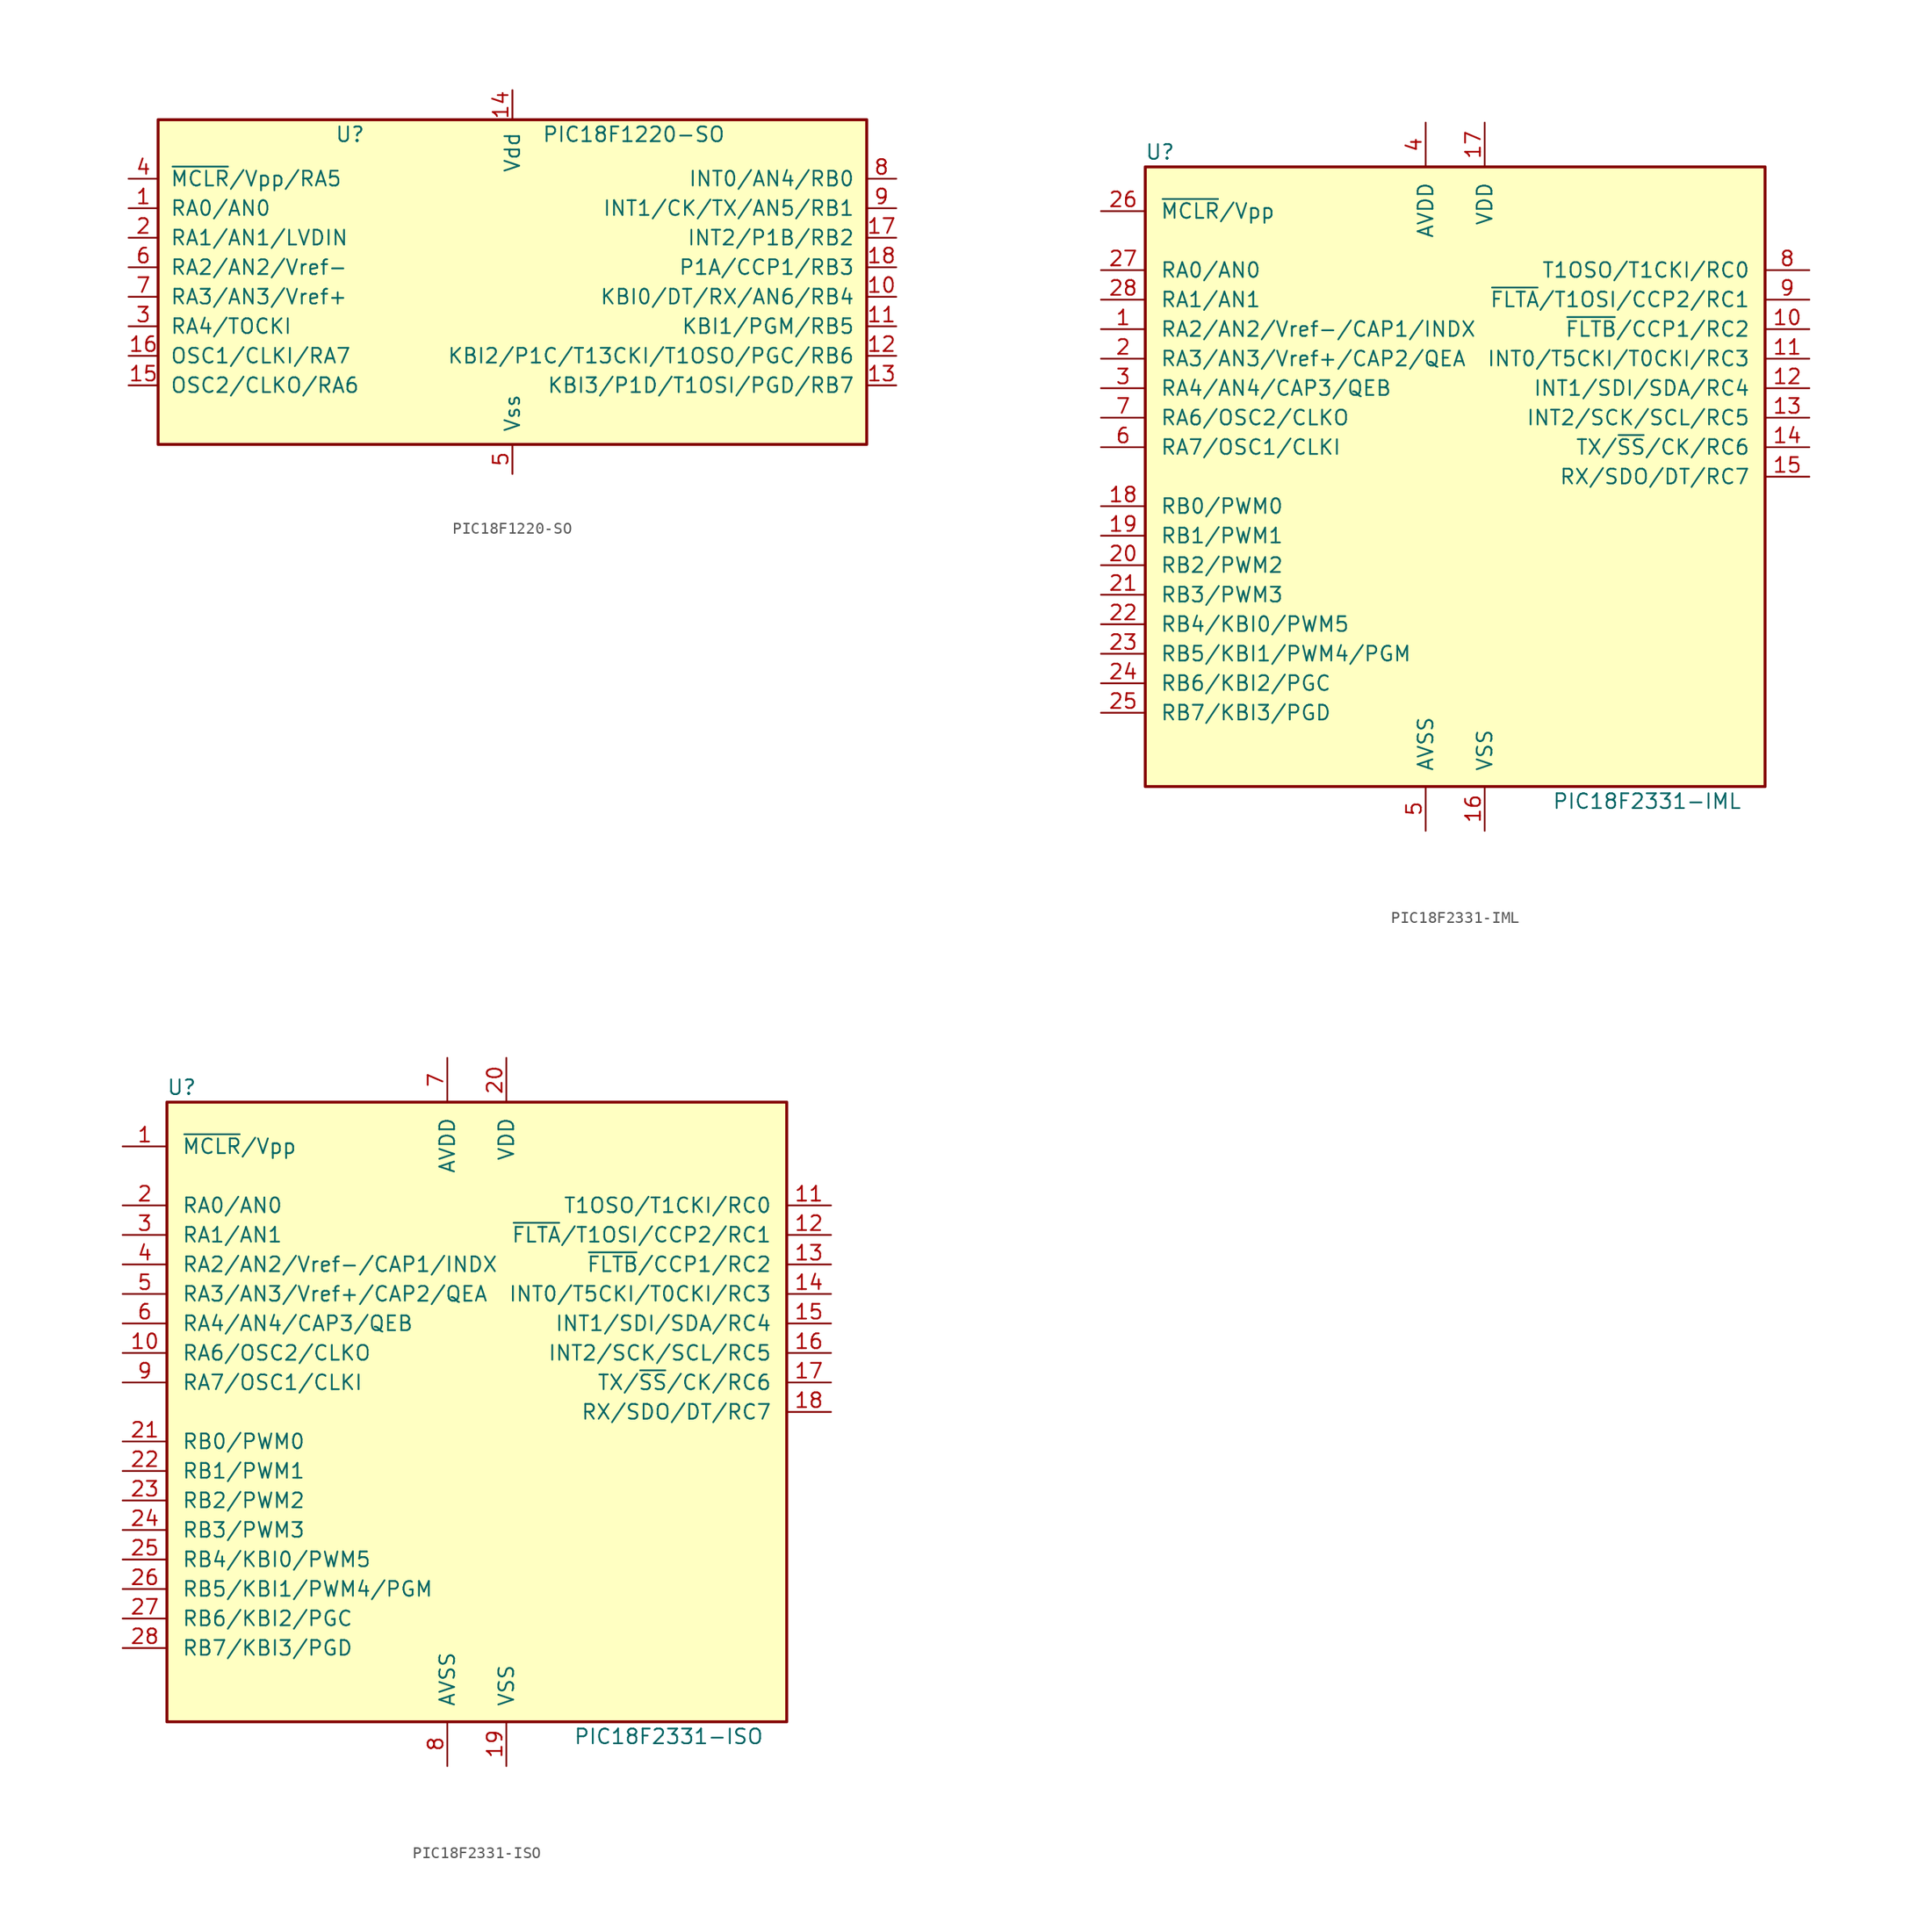
<source format=kicad_sym>
(kicad_symbol_lib
  (version 20211014)
  (generator kicad_symbol_editor)
  (symbol "PIC18F1220-SO"
    (pin_names
      (offset 1.016))
    (property "Reference" "U"
      (at -13.97 13.97 0)
      (effects (font (size 1.27 1.27))))
    (property "Value" "PIC18F1220-SO"
      (at 2.54 13.97 0)
      (effects (font (size 1.27 1.27)) (justify left)))
    (symbol "PIC18F1220-SO_0_1"
      (rectangle (start -30.48 15.24) (end 30.48 -12.7) (stroke (width 0.254) (type default) (color 0 0 0 0)) (fill (type background))))
    (symbol "PIC18F1220-SO_1_1"
      (pin input line (at -33.02 7.62 0) (length 2.54) (name "RA0/AN0" (effects (font (size 1.27 1.27)))) (number "1" (effects (font (size 1.27 1.27)))))
      (pin input line (at 33.02 0 180) (length 2.54) (name "KBI0/DT/RX/AN6/RB4" (effects (font (size 1.27 1.27)))) (number "10" (effects (font (size 1.27 1.27)))))
      (pin input line (at 33.02 -2.54 180) (length 2.54) (name "KBI1/PGM/RB5" (effects (font (size 1.27 1.27)))) (number "11" (effects (font (size 1.27 1.27)))))
      (pin input line (at 33.02 -5.08 180) (length 2.54) (name "KBI2/P1C/T13CKI/T1OSO/PGC/RB6" (effects (font (size 1.27 1.27)))) (number "12" (effects (font (size 1.27 1.27)))))
      (pin input line (at 33.02 -7.62 180) (length 2.54) (name "KBI3/P1D/T1OSI/PGD/RB7" (effects (font (size 1.27 1.27)))) (number "13" (effects (font (size 1.27 1.27)))))
      (pin power_in line (at 0 17.78 270) (length 2.54) (name "Vdd" (effects (font (size 1.27 1.27)))) (number "14" (effects (font (size 1.27 1.27)))))
      (pin input line (at -33.02 -7.62 0) (length 2.54) (name "OSC2/CLKO/RA6" (effects (font (size 1.27 1.27)))) (number "15" (effects (font (size 1.27 1.27)))))
      (pin input line (at -33.02 -5.08 0) (length 2.54) (name "OSC1/CLKI/RA7" (effects (font (size 1.27 1.27)))) (number "16" (effects (font (size 1.27 1.27)))))
      (pin input line (at 33.02 5.08 180) (length 2.54) (name "INT2/P1B/RB2" (effects (font (size 1.27 1.27)))) (number "17" (effects (font (size 1.27 1.27)))))
      (pin input line (at 33.02 2.54 180) (length 2.54) (name "P1A/CCP1/RB3" (effects (font (size 1.27 1.27)))) (number "18" (effects (font (size 1.27 1.27)))))
      (pin input line (at -33.02 5.08 0) (length 2.54) (name "RA1/AN1/LVDIN" (effects (font (size 1.27 1.27)))) (number "2" (effects (font (size 1.27 1.27)))))
      (pin input line (at -33.02 -2.54 0) (length 2.54) (name "RA4/TOCKI" (effects (font (size 1.27 1.27)))) (number "3" (effects (font (size 1.27 1.27)))))
      (pin input line (at -33.02 10.16 0) (length 2.54) (name "~{MCLR}/Vpp/RA5" (effects (font (size 1.27 1.27)))) (number "4" (effects (font (size 1.27 1.27)))))
      (pin power_in line (at 0 -15.24 90) (length 2.54) (name "Vss" (effects (font (size 1.27 1.27)))) (number "5" (effects (font (size 1.27 1.27)))))
      (pin input line (at -33.02 2.54 0) (length 2.54) (name "RA2/AN2/Vref-" (effects (font (size 1.27 1.27)))) (number "6" (effects (font (size 1.27 1.27)))))
      (pin input line (at -33.02 0 0) (length 2.54) (name "RA3/AN3/Vref+" (effects (font (size 1.27 1.27)))) (number "7" (effects (font (size 1.27 1.27)))))
      (pin input line (at 33.02 10.16 180) (length 2.54) (name "INT0/AN4/RB0" (effects (font (size 1.27 1.27)))) (number "8" (effects (font (size 1.27 1.27)))))
      (pin input line (at 33.02 7.62 180) (length 2.54) (name "INT1/CK/TX/AN5/RB1" (effects (font (size 1.27 1.27)))) (number "9" (effects (font (size 1.27 1.27)))))))
  (symbol "PIC18F2331-IML"
    (pin_names
      (offset 1.27))
    (property "Reference" "U"
      (at -25.4 27.94 0)
      (effects (font (size 1.27 1.27))))
    (property "Value" "PIC18F2331-IML"
      (at 16.51 -27.94 0)
      (effects (font (size 1.27 1.27))))
    (symbol "PIC18F2331-IML_0_1"
      (rectangle (start -26.67 26.67) (end 26.67 -26.67) (stroke (width 0.254) (type default) (color 0 0 0 0)) (fill (type background))))
    (symbol "PIC18F2331-IML_1_1"
      (pin bidirectional line (at -30.48 12.7 0) (length 3.81) (name "RA2/AN2/Vref-/CAP1/INDX" (effects (font (size 1.27 1.27)))) (number "1" (effects (font (size 1.27 1.27)))))
      (pin bidirectional line (at 30.48 12.7 180) (length 3.81) (name "~{FLTB}/CCP1/RC2" (effects (font (size 1.27 1.27)))) (number "10" (effects (font (size 1.27 1.27)))))
      (pin bidirectional line (at 30.48 10.16 180) (length 3.81) (name "INT0/T5CKI/T0CKI/RC3" (effects (font (size 1.27 1.27)))) (number "11" (effects (font (size 1.27 1.27)))))
      (pin bidirectional line (at 30.48 7.62 180) (length 3.81) (name "INT1/SDI/SDA/RC4" (effects (font (size 1.27 1.27)))) (number "12" (effects (font (size 1.27 1.27)))))
      (pin bidirectional line (at 30.48 5.08 180) (length 3.81) (name "INT2/SCK/SCL/RC5" (effects (font (size 1.27 1.27)))) (number "13" (effects (font (size 1.27 1.27)))))
      (pin bidirectional line (at 30.48 2.54 180) (length 3.81) (name "TX/~{SS}/CK/RC6" (effects (font (size 1.27 1.27)))) (number "14" (effects (font (size 1.27 1.27)))))
      (pin bidirectional line (at 30.48 0 180) (length 3.81) (name "RX/SDO/DT/RC7" (effects (font (size 1.27 1.27)))) (number "15" (effects (font (size 1.27 1.27)))))
      (pin power_in line (at 2.54 -30.48 90) (length 3.81) (name "VSS" (effects (font (size 1.27 1.27)))) (number "16" (effects (font (size 1.27 1.27)))))
      (pin power_in line (at 2.54 30.48 270) (length 3.81) (name "VDD" (effects (font (size 1.27 1.27)))) (number "17" (effects (font (size 1.27 1.27)))))
      (pin bidirectional line (at -30.48 -2.54 0) (length 3.81) (name "RB0/PWM0" (effects (font (size 1.27 1.27)))) (number "18" (effects (font (size 1.27 1.27)))))
      (pin bidirectional line (at -30.48 -5.08 0) (length 3.81) (name "RB1/PWM1" (effects (font (size 1.27 1.27)))) (number "19" (effects (font (size 1.27 1.27)))))
      (pin bidirectional line (at -30.48 10.16 0) (length 3.81) (name "RA3/AN3/Vref+/CAP2/QEA" (effects (font (size 1.27 1.27)))) (number "2" (effects (font (size 1.27 1.27)))))
      (pin bidirectional line (at -30.48 -7.62 0) (length 3.81) (name "RB2/PWM2" (effects (font (size 1.27 1.27)))) (number "20" (effects (font (size 1.27 1.27)))))
      (pin bidirectional line (at -30.48 -10.16 0) (length 3.81) (name "RB3/PWM3" (effects (font (size 1.27 1.27)))) (number "21" (effects (font (size 1.27 1.27)))))
      (pin bidirectional line (at -30.48 -12.7 0) (length 3.81) (name "RB4/KBI0/PWM5" (effects (font (size 1.27 1.27)))) (number "22" (effects (font (size 1.27 1.27)))))
      (pin bidirectional line (at -30.48 -15.24 0) (length 3.81) (name "RB5/KBI1/PWM4/PGM" (effects (font (size 1.27 1.27)))) (number "23" (effects (font (size 1.27 1.27)))))
      (pin bidirectional line (at -30.48 -17.78 0) (length 3.81) (name "RB6/KBI2/PGC" (effects (font (size 1.27 1.27)))) (number "24" (effects (font (size 1.27 1.27)))))
      (pin bidirectional line (at -30.48 -20.32 0) (length 3.81) (name "RB7/KBI3/PGD" (effects (font (size 1.27 1.27)))) (number "25" (effects (font (size 1.27 1.27)))))
      (pin input line (at -30.48 22.86 0) (length 3.81) (name "~{MCLR}/Vpp" (effects (font (size 1.27 1.27)))) (number "26" (effects (font (size 1.27 1.27)))))
      (pin bidirectional line (at -30.48 17.78 0) (length 3.81) (name "RA0/AN0" (effects (font (size 1.27 1.27)))) (number "27" (effects (font (size 1.27 1.27)))))
      (pin bidirectional line (at -30.48 15.24 0) (length 3.81) (name "RA1/AN1" (effects (font (size 1.27 1.27)))) (number "28" (effects (font (size 1.27 1.27)))))
      (pin bidirectional line (at -30.48 7.62 0) (length 3.81) (name "RA4/AN4/CAP3/QEB" (effects (font (size 1.27 1.27)))) (number "3" (effects (font (size 1.27 1.27)))))
      (pin power_in line (at -2.54 30.48 270) (length 3.81) (name "AVDD" (effects (font (size 1.27 1.27)))) (number "4" (effects (font (size 1.27 1.27)))))
      (pin power_in line (at -2.54 -30.48 90) (length 3.81) (name "AVSS" (effects (font (size 1.27 1.27)))) (number "5" (effects (font (size 1.27 1.27)))))
      (pin bidirectional line (at -30.48 2.54 0) (length 3.81) (name "RA7/OSC1/CLKI" (effects (font (size 1.27 1.27)))) (number "6" (effects (font (size 1.27 1.27)))))
      (pin bidirectional line (at -30.48 5.08 0) (length 3.81) (name "RA6/OSC2/CLKO" (effects (font (size 1.27 1.27)))) (number "7" (effects (font (size 1.27 1.27)))))
      (pin bidirectional line (at 30.48 17.78 180) (length 3.81) (name "T1OSO/T1CKI/RC0" (effects (font (size 1.27 1.27)))) (number "8" (effects (font (size 1.27 1.27)))))
      (pin bidirectional line (at 30.48 15.24 180) (length 3.81) (name "~{FLTA}/T1OSI/CCP2/RC1" (effects (font (size 1.27 1.27)))) (number "9" (effects (font (size 1.27 1.27)))))))
  (symbol "PIC18F2331-ISO"
    (pin_names
      (offset 1.27))
    (property "Reference" "U"
      (at -25.4 27.94 0)
      (effects (font (size 1.27 1.27))))
    (property "Value" "PIC18F2331-ISO"
      (at 16.51 -27.94 0)
      (effects (font (size 1.27 1.27))))
    (symbol "PIC18F2331-ISO_0_1"
      (rectangle (start -26.67 26.67) (end 26.67 -26.67) (stroke (width 0.254) (type default) (color 0 0 0 0)) (fill (type background))))
    (symbol "PIC18F2331-ISO_1_1"
      (pin input line (at -30.48 22.86 0) (length 3.81) (name "~{MCLR}/Vpp" (effects (font (size 1.27 1.27)))) (number "1" (effects (font (size 1.27 1.27)))))
      (pin bidirectional line (at -30.48 5.08 0) (length 3.81) (name "RA6/OSC2/CLKO" (effects (font (size 1.27 1.27)))) (number "10" (effects (font (size 1.27 1.27)))))
      (pin bidirectional line (at 30.48 17.78 180) (length 3.81) (name "T1OSO/T1CKI/RC0" (effects (font (size 1.27 1.27)))) (number "11" (effects (font (size 1.27 1.27)))))
      (pin bidirectional line (at 30.48 15.24 180) (length 3.81) (name "~{FLTA}/T1OSI/CCP2/RC1" (effects (font (size 1.27 1.27)))) (number "12" (effects (font (size 1.27 1.27)))))
      (pin bidirectional line (at 30.48 12.7 180) (length 3.81) (name "~{FLTB}/CCP1/RC2" (effects (font (size 1.27 1.27)))) (number "13" (effects (font (size 1.27 1.27)))))
      (pin bidirectional line (at 30.48 10.16 180) (length 3.81) (name "INT0/T5CKI/T0CKI/RC3" (effects (font (size 1.27 1.27)))) (number "14" (effects (font (size 1.27 1.27)))))
      (pin bidirectional line (at 30.48 7.62 180) (length 3.81) (name "INT1/SDI/SDA/RC4" (effects (font (size 1.27 1.27)))) (number "15" (effects (font (size 1.27 1.27)))))
      (pin bidirectional line (at 30.48 5.08 180) (length 3.81) (name "INT2/SCK/SCL/RC5" (effects (font (size 1.27 1.27)))) (number "16" (effects (font (size 1.27 1.27)))))
      (pin bidirectional line (at 30.48 2.54 180) (length 3.81) (name "TX/~{SS}/CK/RC6" (effects (font (size 1.27 1.27)))) (number "17" (effects (font (size 1.27 1.27)))))
      (pin bidirectional line (at 30.48 0 180) (length 3.81) (name "RX/SDO/DT/RC7" (effects (font (size 1.27 1.27)))) (number "18" (effects (font (size 1.27 1.27)))))
      (pin power_in line (at 2.54 -30.48 90) (length 3.81) (name "VSS" (effects (font (size 1.27 1.27)))) (number "19" (effects (font (size 1.27 1.27)))))
      (pin bidirectional line (at -30.48 17.78 0) (length 3.81) (name "RA0/AN0" (effects (font (size 1.27 1.27)))) (number "2" (effects (font (size 1.27 1.27)))))
      (pin power_in line (at 2.54 30.48 270) (length 3.81) (name "VDD" (effects (font (size 1.27 1.27)))) (number "20" (effects (font (size 1.27 1.27)))))
      (pin bidirectional line (at -30.48 -2.54 0) (length 3.81) (name "RB0/PWM0" (effects (font (size 1.27 1.27)))) (number "21" (effects (font (size 1.27 1.27)))))
      (pin bidirectional line (at -30.48 -5.08 0) (length 3.81) (name "RB1/PWM1" (effects (font (size 1.27 1.27)))) (number "22" (effects (font (size 1.27 1.27)))))
      (pin bidirectional line (at -30.48 -7.62 0) (length 3.81) (name "RB2/PWM2" (effects (font (size 1.27 1.27)))) (number "23" (effects (font (size 1.27 1.27)))))
      (pin bidirectional line (at -30.48 -10.16 0) (length 3.81) (name "RB3/PWM3" (effects (font (size 1.27 1.27)))) (number "24" (effects (font (size 1.27 1.27)))))
      (pin bidirectional line (at -30.48 -12.7 0) (length 3.81) (name "RB4/KBI0/PWM5" (effects (font (size 1.27 1.27)))) (number "25" (effects (font (size 1.27 1.27)))))
      (pin bidirectional line (at -30.48 -15.24 0) (length 3.81) (name "RB5/KBI1/PWM4/PGM" (effects (font (size 1.27 1.27)))) (number "26" (effects (font (size 1.27 1.27)))))
      (pin bidirectional line (at -30.48 -17.78 0) (length 3.81) (name "RB6/KBI2/PGC" (effects (font (size 1.27 1.27)))) (number "27" (effects (font (size 1.27 1.27)))))
      (pin bidirectional line (at -30.48 -20.32 0) (length 3.81) (name "RB7/KBI3/PGD" (effects (font (size 1.27 1.27)))) (number "28" (effects (font (size 1.27 1.27)))))
      (pin bidirectional line (at -30.48 15.24 0) (length 3.81) (name "RA1/AN1" (effects (font (size 1.27 1.27)))) (number "3" (effects (font (size 1.27 1.27)))))
      (pin bidirectional line (at -30.48 12.7 0) (length 3.81) (name "RA2/AN2/Vref-/CAP1/INDX" (effects (font (size 1.27 1.27)))) (number "4" (effects (font (size 1.27 1.27)))))
      (pin bidirectional line (at -30.48 10.16 0) (length 3.81) (name "RA3/AN3/Vref+/CAP2/QEA" (effects (font (size 1.27 1.27)))) (number "5" (effects (font (size 1.27 1.27)))))
      (pin bidirectional line (at -30.48 7.62 0) (length 3.81) (name "RA4/AN4/CAP3/QEB" (effects (font (size 1.27 1.27)))) (number "6" (effects (font (size 1.27 1.27)))))
      (pin power_in line (at -2.54 30.48 270) (length 3.81) (name "AVDD" (effects (font (size 1.27 1.27)))) (number "7" (effects (font (size 1.27 1.27)))))
      (pin power_in line (at -2.54 -30.48 90) (length 3.81) (name "AVSS" (effects (font (size 1.27 1.27)))) (number "8" (effects (font (size 1.27 1.27)))))
      (pin bidirectional line (at -30.48 2.54 0) (length 3.81) (name "RA7/OSC1/CLKI" (effects (font (size 1.27 1.27)))) (number "9" (effects (font (size 1.27 1.27))))))))
</source>
